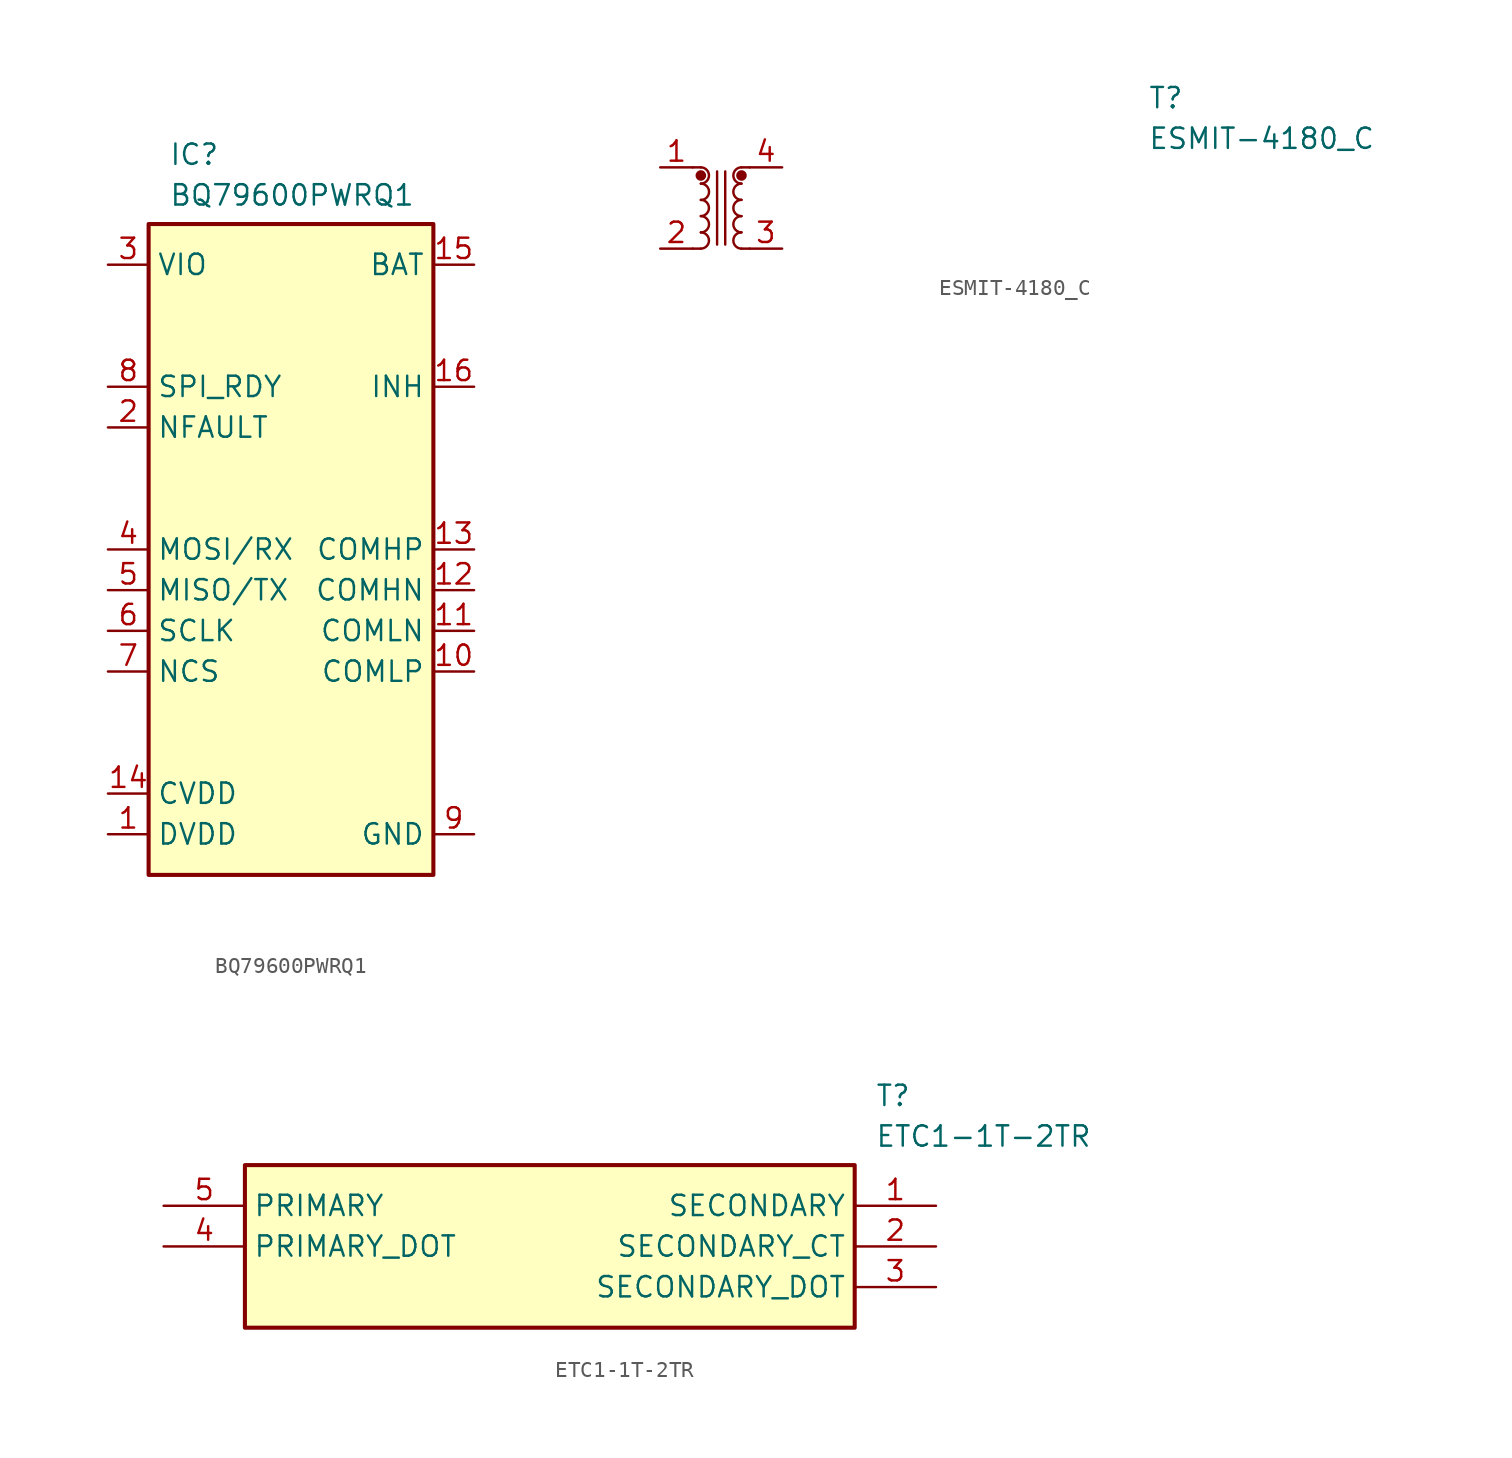
<source format=kicad_sym>
(kicad_symbol_lib
  (version 20231120)
  (generator "kicad_symbol_editor")
  (generator_version "8.0")
  (symbol "BQ79600PWRQ1"
    (property "Reference" "IC"
      (at -7.62 25.4 0)
      (effects (font (size 1.27 1.27)) (justify left top)))
    (property "Value" "BQ79600PWRQ1"
      (at -7.62 22.86 0)
      (effects (font (size 1.27 1.27)) (justify left top)))
    (symbol "BQ79600PWRQ1_1_1"
      (rectangle (start -8.89 20.32) (end 8.89 -20.32) (stroke (width 0.254) (type default)) (fill (type background)))
      (pin passive line (at -11.43 -17.78 0) (length 2.54) (name "DVDD" (effects (font (size 1.27 1.27)))) (number "1" (effects (font (size 1.27 1.27)))))
      (pin passive line (at 11.43 -7.62 180) (length 2.54) (name "COMLP" (effects (font (size 1.27 1.27)))) (number "10" (effects (font (size 1.27 1.27)))))
      (pin passive line (at 11.43 -5.08 180) (length 2.54) (name "COMLN" (effects (font (size 1.27 1.27)))) (number "11" (effects (font (size 1.27 1.27)))))
      (pin passive line (at 11.43 -2.54 180) (length 2.54) (name "COMHN" (effects (font (size 1.27 1.27)))) (number "12" (effects (font (size 1.27 1.27)))))
      (pin passive line (at 11.43 0 180) (length 2.54) (name "COMHP" (effects (font (size 1.27 1.27)))) (number "13" (effects (font (size 1.27 1.27)))))
      (pin passive line (at -11.43 -15.24 0) (length 2.54) (name "CVDD" (effects (font (size 1.27 1.27)))) (number "14" (effects (font (size 1.27 1.27)))))
      (pin passive line (at 11.43 17.78 180) (length 2.54) (name "BAT" (effects (font (size 1.27 1.27)))) (number "15" (effects (font (size 1.27 1.27)))))
      (pin passive line (at 11.43 10.16 180) (length 2.54) (name "INH" (effects (font (size 1.27 1.27)))) (number "16" (effects (font (size 1.27 1.27)))))
      (pin passive line (at -11.43 7.62 0) (length 2.54) (name "NFAULT" (effects (font (size 1.27 1.27)))) (number "2" (effects (font (size 1.27 1.27)))))
      (pin passive line (at -11.43 17.78 0) (length 2.54) (name "VIO" (effects (font (size 1.27 1.27)))) (number "3" (effects (font (size 1.27 1.27)))))
      (pin passive line (at -11.43 0 0) (length 2.54) (name "MOSI/RX" (effects (font (size 1.27 1.27)))) (number "4" (effects (font (size 1.27 1.27)))))
      (pin passive line (at -11.43 -2.54 0) (length 2.54) (name "MISO/TX" (effects (font (size 1.27 1.27)))) (number "5" (effects (font (size 1.27 1.27)))))
      (pin passive line (at -11.43 -5.08 0) (length 2.54) (name "SCLK" (effects (font (size 1.27 1.27)))) (number "6" (effects (font (size 1.27 1.27)))))
      (pin passive line (at -11.43 -7.62 0) (length 2.54) (name "NCS" (effects (font (size 1.27 1.27)))) (number "7" (effects (font (size 1.27 1.27)))))
      (pin passive line (at -11.43 10.16 0) (length 2.54) (name "SPI_RDY" (effects (font (size 1.27 1.27)))) (number "8" (effects (font (size 1.27 1.27)))))
      (pin passive line (at 11.43 -17.78 180) (length 2.54) (name "GND" (effects (font (size 1.27 1.27)))) (number "9" (effects (font (size 1.27 1.27)))))))
  (symbol "ESMIT-4180_C"
    (pin_names hide)
    (property "Reference" "T"
      (at 26.67 7.62 0)
      (effects (font (size 1.27 1.27)) (justify left top)))
    (property "Value" "ESMIT-4180_C"
      (at 26.67 5.08 0)
      (effects (font (size 1.27 1.27)) (justify left top)))
    (symbol "ESMIT-4180_C_0_1"
      (arc (start -1.27 -2.54) (mid -0.7642 -2.032) (end -1.27 -1.524) (stroke (width 0) (type default)) (fill (type none)))
      (arc (start -1.27 -1.524) (mid -0.7642 -1.016) (end -1.27 -0.508) (stroke (width 0) (type default)) (fill (type none)))
      (arc (start -1.27 -0.508) (mid -0.7642 0) (end -1.27 0.508) (stroke (width 0) (type default)) (fill (type none)))
      (arc (start -1.27 0.508) (mid -0.7642 1.016) (end -1.27 1.524) (stroke (width 0) (type default)) (fill (type none)))
      (arc (start -1.27 1.524) (mid -0.7642 2.032) (end -1.27 2.54) (stroke (width 0) (type default)) (fill (type none)))
      (circle (center -1.27 2.032) (radius 0.254) (stroke (width 0) (type default)) (fill (type outline)))
      (polyline (pts (xy -1.778 -2.54) (xy -1.27 -2.54)) (stroke (width 0) (type default)) (fill (type none)))
      (polyline (pts (xy -1.27 2.54) (xy -1.778 2.54)) (stroke (width 0) (type default)) (fill (type none)))
      (polyline (pts (xy -0.254 -2.286) (xy -0.254 2.286)) (stroke (width 0) (type default)) (fill (type none)))
      (polyline (pts (xy 0.254 2.286) (xy 0.254 -2.286)) (stroke (width 0) (type default)) (fill (type none)))
      (polyline (pts (xy 1.27 -2.54) (xy 1.778 -2.54)) (stroke (width 0) (type default)) (fill (type none)))
      (polyline (pts (xy 1.27 2.54) (xy 1.778 2.54)) (stroke (width 0) (type default)) (fill (type none)))
      (arc (start 1.27 -1.524) (mid 0.7642 -2.032) (end 1.27 -2.54) (stroke (width 0) (type default)) (fill (type none)))
      (arc (start 1.27 -0.508) (mid 0.7642 -1.016) (end 1.27 -1.524) (stroke (width 0) (type default)) (fill (type none)))
      (arc (start 1.27 0.508) (mid 0.7642 0) (end 1.27 -0.508) (stroke (width 0) (type default)) (fill (type none)))
      (arc (start 1.27 1.524) (mid 0.7642 1.016) (end 1.27 0.508) (stroke (width 0) (type default)) (fill (type none)))
      (circle (center 1.27 2.032) (radius 0.254) (stroke (width 0) (type default)) (fill (type outline)))
      (arc (start 1.27 2.54) (mid 0.7642 2.032) (end 1.27 1.524) (stroke (width 0) (type default)) (fill (type none))))
    (symbol "ESMIT-4180_C_1_1"
      (pin passive line (at -3.81 2.54 0) (length 2.032) (name "1" (effects (font (size 1.27 1.27)))) (number "1" (effects (font (size 1.27 1.27)))))
      (pin passive line (at -3.81 -2.54 0) (length 2.032) (name "2" (effects (font (size 1.27 1.27)))) (number "2" (effects (font (size 1.27 1.27)))))
      (pin passive line (at 3.81 -2.54 180) (length 2.032) (name "3" (effects (font (size 1.27 1.27)))) (number "3" (effects (font (size 1.27 1.27)))))
      (pin passive line (at 3.81 2.54 180) (length 2.032) (name "4" (effects (font (size 1.27 1.27)))) (number "4" (effects (font (size 1.27 1.27)))))))
  (symbol "ETC1-1T-2TR"
    (property "Reference" "T"
      (at 44.45 7.62 0)
      (effects (font (size 1.27 1.27)) (justify left top)))
    (property "Value" "ETC1-1T-2TR"
      (at 44.45 5.08 0)
      (effects (font (size 1.27 1.27)) (justify left top)))
    (symbol "ETC1-1T-2TR_1_1"
      (rectangle (start 5.08 2.54) (end 43.18 -7.62) (stroke (width 0.254) (type default)) (fill (type background)))
      (pin passive line (at 48.26 0 180) (length 5.08) (name "SECONDARY" (effects (font (size 1.27 1.27)))) (number "1" (effects (font (size 1.27 1.27)))))
      (pin passive line (at 48.26 -2.54 180) (length 5.08) (name "SECONDARY_CT" (effects (font (size 1.27 1.27)))) (number "2" (effects (font (size 1.27 1.27)))))
      (pin passive line (at 48.26 -5.08 180) (length 5.08) (name "SECONDARY_DOT" (effects (font (size 1.27 1.27)))) (number "3" (effects (font (size 1.27 1.27)))))
      (pin passive line (at 0 -2.54 0) (length 5.08) (name "PRIMARY_DOT" (effects (font (size 1.27 1.27)))) (number "4" (effects (font (size 1.27 1.27)))))
      (pin passive line (at 0 0 0) (length 5.08) (name "PRIMARY" (effects (font (size 1.27 1.27)))) (number "5" (effects (font (size 1.27 1.27))))))))
</source>
